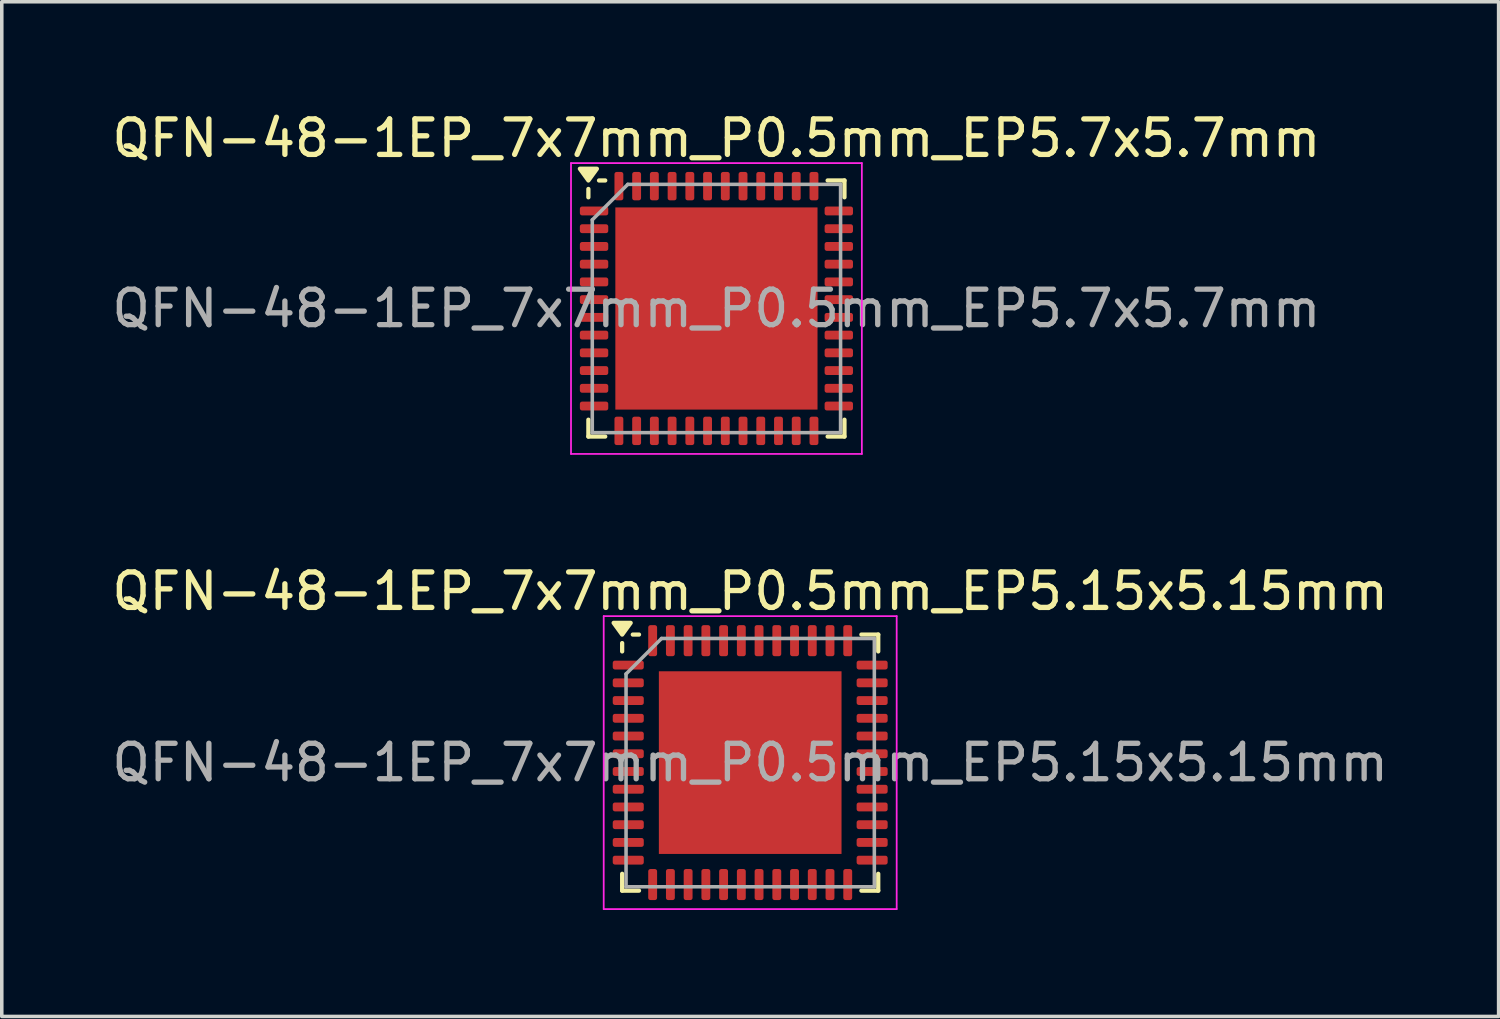
<source format=kicad_pcb>
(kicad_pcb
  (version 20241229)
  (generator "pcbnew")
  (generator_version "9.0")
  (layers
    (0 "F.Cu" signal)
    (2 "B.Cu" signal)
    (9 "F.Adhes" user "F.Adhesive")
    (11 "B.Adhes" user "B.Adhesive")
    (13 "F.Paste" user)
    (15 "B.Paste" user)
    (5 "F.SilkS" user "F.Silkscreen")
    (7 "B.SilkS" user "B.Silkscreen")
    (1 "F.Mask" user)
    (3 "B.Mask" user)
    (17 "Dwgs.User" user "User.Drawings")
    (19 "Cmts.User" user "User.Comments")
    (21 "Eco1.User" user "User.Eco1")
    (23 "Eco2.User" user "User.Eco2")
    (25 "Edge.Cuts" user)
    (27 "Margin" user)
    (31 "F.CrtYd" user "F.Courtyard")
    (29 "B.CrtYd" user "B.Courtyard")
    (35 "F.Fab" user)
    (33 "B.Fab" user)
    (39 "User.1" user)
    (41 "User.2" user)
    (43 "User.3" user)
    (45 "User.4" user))
  (footprint "QFN-48-1EP_7x7mm_P0.5mm_EP5.15x5.15mm"
    (layer "F.Cu")
    (at 18.101 18.451)
    (property "Reference" "QFN-48-1EP_7x7mm_P0.5mm_EP5.15x5.15mm" (at 0 -4.83 0) (layer "F.SilkS") (effects (font (size 1 1) (thickness 0.15))))
    (attr smd)
    (fp_line (start -3.61 -3.135) (end -3.61 -3.37) (stroke (width 0.12) (type solid)) (layer "F.SilkS"))
    (fp_line (start -3.61 3.61) (end -3.61 3.135) (stroke (width 0.12) (type solid)) (layer "F.SilkS"))
    (fp_line (start -3.135 -3.61) (end -3.31 -3.61) (stroke (width 0.12) (type solid)) (layer "F.SilkS"))
    (fp_line (start -3.135 3.61) (end -3.61 3.61) (stroke (width 0.12) (type solid)) (layer "F.SilkS"))
    (fp_line (start 3.135 -3.61) (end 3.61 -3.61) (stroke (width 0.12) (type solid)) (layer "F.SilkS"))
    (fp_line (start 3.135 3.61) (end 3.61 3.61) (stroke (width 0.12) (type solid)) (layer "F.SilkS"))
    (fp_line (start 3.61 -3.61) (end 3.61 -3.135) (stroke (width 0.12) (type solid)) (layer "F.SilkS"))
    (fp_line (start 3.61 3.61) (end 3.61 3.135) (stroke (width 0.12) (type solid)) (layer "F.SilkS"))
    (fp_poly (pts (xy -3.61 -3.61) (xy -3.85 -3.94) (xy -3.37 -3.94) (xy -3.61 -3.61)) (stroke (width 0.12) (type solid)) (fill yes) (layer "F.SilkS"))
    (fp_line (start -4.13 -4.13) (end -4.13 4.13) (stroke (width 0.05) (type solid)) (layer "F.CrtYd"))
    (fp_line (start -4.13 4.13) (end 4.13 4.13) (stroke (width 0.05) (type solid)) (layer "F.CrtYd"))
    (fp_line (start 4.13 -4.13) (end -4.13 -4.13) (stroke (width 0.05) (type solid)) (layer "F.CrtYd"))
    (fp_line (start 4.13 4.13) (end 4.13 -4.13) (stroke (width 0.05) (type solid)) (layer "F.CrtYd"))
    (fp_line (start -3.5 -2.5) (end -2.5 -3.5) (stroke (width 0.1) (type solid)) (layer "F.Fab"))
    (fp_line (start -3.5 3.5) (end -3.5 -2.5) (stroke (width 0.1) (type solid)) (layer "F.Fab"))
    (fp_line (start -2.5 -3.5) (end 3.5 -3.5) (stroke (width 0.1) (type solid)) (layer "F.Fab"))
    (fp_line (start 3.5 -3.5) (end 3.5 3.5) (stroke (width 0.1) (type solid)) (layer "F.Fab"))
    (fp_line (start 3.5 3.5) (end -3.5 3.5) (stroke (width 0.1) (type solid)) (layer "F.Fab"))
    (fp_text user "${REFERENCE}" (at 0 0 0) (layer "F.Fab") (effects (font (size 1 1) (thickness 0.15))))
    (pad "" smd roundrect (at -1.935 -1.935) (size 1.04 1.04) (layers "F.Paste") (roundrect_rratio 0.24))
    (pad "" smd roundrect (at -1.935 -0.645) (size 1.04 1.04) (layers "F.Paste") (roundrect_rratio 0.24))
    (pad "" smd roundrect (at -1.935 0.645) (size 1.04 1.04) (layers "F.Paste") (roundrect_rratio 0.24))
    (pad "" smd roundrect (at -1.935 1.935) (size 1.04 1.04) (layers "F.Paste") (roundrect_rratio 0.24))
    (pad "" smd roundrect (at -0.645 -1.935) (size 1.04 1.04) (layers "F.Paste") (roundrect_rratio 0.24))
    (pad "" smd roundrect (at -0.645 -0.645) (size 1.04 1.04) (layers "F.Paste") (roundrect_rratio 0.24))
    (pad "" smd roundrect (at -0.645 0.645) (size 1.04 1.04) (layers "F.Paste") (roundrect_rratio 0.24))
    (pad "" smd roundrect (at -0.645 1.935) (size 1.04 1.04) (layers "F.Paste") (roundrect_rratio 0.24))
    (pad "" smd roundrect (at 0.645 -1.935) (size 1.04 1.04) (layers "F.Paste") (roundrect_rratio 0.24))
    (pad "" smd roundrect (at 0.645 -0.645) (size 1.04 1.04) (layers "F.Paste") (roundrect_rratio 0.24))
    (pad "" smd roundrect (at 0.645 0.645) (size 1.04 1.04) (layers "F.Paste") (roundrect_rratio 0.24))
    (pad "" smd roundrect (at 0.645 1.935) (size 1.04 1.04) (layers "F.Paste") (roundrect_rratio 0.24))
    (pad "" smd roundrect (at 1.935 -1.935) (size 1.04 1.04) (layers "F.Paste") (roundrect_rratio 0.24))
    (pad "" smd roundrect (at 1.935 -0.645) (size 1.04 1.04) (layers "F.Paste") (roundrect_rratio 0.24))
    (pad "" smd roundrect (at 1.935 0.645) (size 1.04 1.04) (layers "F.Paste") (roundrect_rratio 0.24))
    (pad "" smd roundrect (at 1.935 1.935) (size 1.04 1.04) (layers "F.Paste") (roundrect_rratio 0.24))
    (pad "1" smd roundrect (at -3.438 -2.75) (size 0.875 0.25) (layers "F.Cu" "F.Mask" "F.Paste") (roundrect_rratio 0.25))
    (pad "2" smd roundrect (at -3.438 -2.25) (size 0.875 0.25) (layers "F.Cu" "F.Mask" "F.Paste") (roundrect_rratio 0.25))
    (pad "3" smd roundrect (at -3.438 -1.75) (size 0.875 0.25) (layers "F.Cu" "F.Mask" "F.Paste") (roundrect_rratio 0.25))
    (pad "4" smd roundrect (at -3.438 -1.25) (size 0.875 0.25) (layers "F.Cu" "F.Mask" "F.Paste") (roundrect_rratio 0.25))
    (pad "5" smd roundrect (at -3.438 -0.75) (size 0.875 0.25) (layers "F.Cu" "F.Mask" "F.Paste") (roundrect_rratio 0.25))
    (pad "6" smd roundrect (at -3.438 -0.25) (size 0.875 0.25) (layers "F.Cu" "F.Mask" "F.Paste") (roundrect_rratio 0.25))
    (pad "7" smd roundrect (at -3.438 0.25) (size 0.875 0.25) (layers "F.Cu" "F.Mask" "F.Paste") (roundrect_rratio 0.25))
    (pad "8" smd roundrect (at -3.438 0.75) (size 0.875 0.25) (layers "F.Cu" "F.Mask" "F.Paste") (roundrect_rratio 0.25))
    (pad "9" smd roundrect (at -3.438 1.25) (size 0.875 0.25) (layers "F.Cu" "F.Mask" "F.Paste") (roundrect_rratio 0.25))
    (pad "10" smd roundrect (at -3.438 1.75) (size 0.875 0.25) (layers "F.Cu" "F.Mask" "F.Paste") (roundrect_rratio 0.25))
    (pad "11" smd roundrect (at -3.438 2.25) (size 0.875 0.25) (layers "F.Cu" "F.Mask" "F.Paste") (roundrect_rratio 0.25))
    (pad "12" smd roundrect (at -3.438 2.75) (size 0.875 0.25) (layers "F.Cu" "F.Mask" "F.Paste") (roundrect_rratio 0.25))
    (pad "13" smd roundrect (at -2.75 3.438) (size 0.25 0.875) (layers "F.Cu" "F.Mask" "F.Paste") (roundrect_rratio 0.25))
    (pad "14" smd roundrect (at -2.25 3.438) (size 0.25 0.875) (layers "F.Cu" "F.Mask" "F.Paste") (roundrect_rratio 0.25))
    (pad "15" smd roundrect (at -1.75 3.438) (size 0.25 0.875) (layers "F.Cu" "F.Mask" "F.Paste") (roundrect_rratio 0.25))
    (pad "16" smd roundrect (at -1.25 3.438) (size 0.25 0.875) (layers "F.Cu" "F.Mask" "F.Paste") (roundrect_rratio 0.25))
    (pad "17" smd roundrect (at -0.75 3.438) (size 0.25 0.875) (layers "F.Cu" "F.Mask" "F.Paste") (roundrect_rratio 0.25))
    (pad "18" smd roundrect (at -0.25 3.438) (size 0.25 0.875) (layers "F.Cu" "F.Mask" "F.Paste") (roundrect_rratio 0.25))
    (pad "19" smd roundrect (at 0.25 3.438) (size 0.25 0.875) (layers "F.Cu" "F.Mask" "F.Paste") (roundrect_rratio 0.25))
    (pad "20" smd roundrect (at 0.75 3.438) (size 0.25 0.875) (layers "F.Cu" "F.Mask" "F.Paste") (roundrect_rratio 0.25))
    (pad "21" smd roundrect (at 1.25 3.438) (size 0.25 0.875) (layers "F.Cu" "F.Mask" "F.Paste") (roundrect_rratio 0.25))
    (pad "22" smd roundrect (at 1.75 3.438) (size 0.25 0.875) (layers "F.Cu" "F.Mask" "F.Paste") (roundrect_rratio 0.25))
    (pad "23" smd roundrect (at 2.25 3.438) (size 0.25 0.875) (layers "F.Cu" "F.Mask" "F.Paste") (roundrect_rratio 0.25))
    (pad "24" smd roundrect (at 2.75 3.438) (size 0.25 0.875) (layers "F.Cu" "F.Mask" "F.Paste") (roundrect_rratio 0.25))
    (pad "25" smd roundrect (at 3.438 2.75) (size 0.875 0.25) (layers "F.Cu" "F.Mask" "F.Paste") (roundrect_rratio 0.25))
    (pad "26" smd roundrect (at 3.438 2.25) (size 0.875 0.25) (layers "F.Cu" "F.Mask" "F.Paste") (roundrect_rratio 0.25))
    (pad "27" smd roundrect (at 3.438 1.75) (size 0.875 0.25) (layers "F.Cu" "F.Mask" "F.Paste") (roundrect_rratio 0.25))
    (pad "28" smd roundrect (at 3.438 1.25) (size 0.875 0.25) (layers "F.Cu" "F.Mask" "F.Paste") (roundrect_rratio 0.25))
    (pad "29" smd roundrect (at 3.438 0.75) (size 0.875 0.25) (layers "F.Cu" "F.Mask" "F.Paste") (roundrect_rratio 0.25))
    (pad "30" smd roundrect (at 3.438 0.25) (size 0.875 0.25) (layers "F.Cu" "F.Mask" "F.Paste") (roundrect_rratio 0.25))
    (pad "31" smd roundrect (at 3.438 -0.25) (size 0.875 0.25) (layers "F.Cu" "F.Mask" "F.Paste") (roundrect_rratio 0.25))
    (pad "32" smd roundrect (at 3.438 -0.75) (size 0.875 0.25) (layers "F.Cu" "F.Mask" "F.Paste") (roundrect_rratio 0.25))
    (pad "33" smd roundrect (at 3.438 -1.25) (size 0.875 0.25) (layers "F.Cu" "F.Mask" "F.Paste") (roundrect_rratio 0.25))
    (pad "34" smd roundrect (at 3.438 -1.75) (size 0.875 0.25) (layers "F.Cu" "F.Mask" "F.Paste") (roundrect_rratio 0.25))
    (pad "35" smd roundrect (at 3.438 -2.25) (size 0.875 0.25) (layers "F.Cu" "F.Mask" "F.Paste") (roundrect_rratio 0.25))
    (pad "36" smd roundrect (at 3.438 -2.75) (size 0.875 0.25) (layers "F.Cu" "F.Mask" "F.Paste") (roundrect_rratio 0.25))
    (pad "37" smd roundrect (at 2.75 -3.438) (size 0.25 0.875) (layers "F.Cu" "F.Mask" "F.Paste") (roundrect_rratio 0.25))
    (pad "38" smd roundrect (at 2.25 -3.438) (size 0.25 0.875) (layers "F.Cu" "F.Mask" "F.Paste") (roundrect_rratio 0.25))
    (pad "39" smd roundrect (at 1.75 -3.438) (size 0.25 0.875) (layers "F.Cu" "F.Mask" "F.Paste") (roundrect_rratio 0.25))
    (pad "40" smd roundrect (at 1.25 -3.438) (size 0.25 0.875) (layers "F.Cu" "F.Mask" "F.Paste") (roundrect_rratio 0.25))
    (pad "41" smd roundrect (at 0.75 -3.438) (size 0.25 0.875) (layers "F.Cu" "F.Mask" "F.Paste") (roundrect_rratio 0.25))
    (pad "42" smd roundrect (at 0.25 -3.438) (size 0.25 0.875) (layers "F.Cu" "F.Mask" "F.Paste") (roundrect_rratio 0.25))
    (pad "43" smd roundrect (at -0.25 -3.438) (size 0.25 0.875) (layers "F.Cu" "F.Mask" "F.Paste") (roundrect_rratio 0.25))
    (pad "44" smd roundrect (at -0.75 -3.438) (size 0.25 0.875) (layers "F.Cu" "F.Mask" "F.Paste") (roundrect_rratio 0.25))
    (pad "45" smd roundrect (at -1.25 -3.438) (size 0.25 0.875) (layers "F.Cu" "F.Mask" "F.Paste") (roundrect_rratio 0.25))
    (pad "46" smd roundrect (at -1.75 -3.438) (size 0.25 0.875) (layers "F.Cu" "F.Mask" "F.Paste") (roundrect_rratio 0.25))
    (pad "47" smd roundrect (at -2.25 -3.438) (size 0.25 0.875) (layers "F.Cu" "F.Mask" "F.Paste") (roundrect_rratio 0.25))
    (pad "48" smd roundrect (at -2.75 -3.438) (size 0.25 0.875) (layers "F.Cu" "F.Mask" "F.Paste") (roundrect_rratio 0.25))
    (pad "49" smd rect (at 0 0) (size 5.15 5.15) (property pad_prop_heatsink) (layers "F.Cu" "F.Mask")))
  (footprint "QFN-48-1EP_7x7mm_P0.5mm_EP5.7x5.7mm"
    (layer "F.Cu")
    (at 17.149 5.648)
    (property "Reference" "QFN-48-1EP_7x7mm_P0.5mm_EP5.7x5.7mm" (at 0 -4.8 0) (layer "F.SilkS") (effects (font (size 1 1) (thickness 0.15))))
    (attr smd)
    (fp_line (start -3.61 -3.135) (end -3.61 -3.37) (stroke (width 0.12) (type solid)) (layer "F.SilkS"))
    (fp_line (start -3.61 3.61) (end -3.61 3.135) (stroke (width 0.12) (type solid)) (layer "F.SilkS"))
    (fp_line (start -3.135 -3.61) (end -3.31 -3.61) (stroke (width 0.12) (type solid)) (layer "F.SilkS"))
    (fp_line (start -3.135 3.61) (end -3.61 3.61) (stroke (width 0.12) (type solid)) (layer "F.SilkS"))
    (fp_line (start 3.135 -3.61) (end 3.61 -3.61) (stroke (width 0.12) (type solid)) (layer "F.SilkS"))
    (fp_line (start 3.135 3.61) (end 3.61 3.61) (stroke (width 0.12) (type solid)) (layer "F.SilkS"))
    (fp_line (start 3.61 -3.61) (end 3.61 -3.135) (stroke (width 0.12) (type solid)) (layer "F.SilkS"))
    (fp_line (start 3.61 3.61) (end 3.61 3.135) (stroke (width 0.12) (type solid)) (layer "F.SilkS"))
    (fp_poly (pts (xy -3.61 -3.61) (xy -3.85 -3.94) (xy -3.37 -3.94) (xy -3.61 -3.61)) (stroke (width 0.12) (type solid)) (fill yes) (layer "F.SilkS"))
    (fp_line (start -4.1 -4.1) (end -4.1 4.1) (stroke (width 0.05) (type solid)) (layer "F.CrtYd"))
    (fp_line (start -4.1 4.1) (end 4.1 4.1) (stroke (width 0.05) (type solid)) (layer "F.CrtYd"))
    (fp_line (start 4.1 -4.1) (end -4.1 -4.1) (stroke (width 0.05) (type solid)) (layer "F.CrtYd"))
    (fp_line (start 4.1 4.1) (end 4.1 -4.1) (stroke (width 0.05) (type solid)) (layer "F.CrtYd"))
    (fp_line (start -3.5 -2.5) (end -2.5 -3.5) (stroke (width 0.1) (type solid)) (layer "F.Fab"))
    (fp_line (start -3.5 3.5) (end -3.5 -2.5) (stroke (width 0.1) (type solid)) (layer "F.Fab"))
    (fp_line (start -2.5 -3.5) (end 3.5 -3.5) (stroke (width 0.1) (type solid)) (layer "F.Fab"))
    (fp_line (start 3.5 -3.5) (end 3.5 3.5) (stroke (width 0.1) (type solid)) (layer "F.Fab"))
    (fp_line (start 3.5 3.5) (end -3.5 3.5) (stroke (width 0.1) (type solid)) (layer "F.Fab"))
    (fp_text user "${REFERENCE}" (at 0 0 0) (layer "F.Fab") (effects (font (size 1 1) (thickness 0.15))))
    (pad "" smd roundrect (at -2.13 -2.13) (size 1.15 1.15) (layers "F.Paste") (roundrect_rratio 0.217))
    (pad "" smd roundrect (at -2.13 -0.71) (size 1.15 1.15) (layers "F.Paste") (roundrect_rratio 0.217))
    (pad "" smd roundrect (at -2.13 0.71) (size 1.15 1.15) (layers "F.Paste") (roundrect_rratio 0.217))
    (pad "" smd roundrect (at -2.13 2.13) (size 1.15 1.15) (layers "F.Paste") (roundrect_rratio 0.217))
    (pad "" smd roundrect (at -0.71 -2.13) (size 1.15 1.15) (layers "F.Paste") (roundrect_rratio 0.217))
    (pad "" smd roundrect (at -0.71 -0.71) (size 1.15 1.15) (layers "F.Paste") (roundrect_rratio 0.217))
    (pad "" smd roundrect (at -0.71 0.71) (size 1.15 1.15) (layers "F.Paste") (roundrect_rratio 0.217))
    (pad "" smd roundrect (at -0.71 2.13) (size 1.15 1.15) (layers "F.Paste") (roundrect_rratio 0.217))
    (pad "" smd roundrect (at 0.71 -2.13) (size 1.15 1.15) (layers "F.Paste") (roundrect_rratio 0.217))
    (pad "" smd roundrect (at 0.71 -0.71) (size 1.15 1.15) (layers "F.Paste") (roundrect_rratio 0.217))
    (pad "" smd roundrect (at 0.71 0.71) (size 1.15 1.15) (layers "F.Paste") (roundrect_rratio 0.217))
    (pad "" smd roundrect (at 0.71 2.13) (size 1.15 1.15) (layers "F.Paste") (roundrect_rratio 0.217))
    (pad "" smd roundrect (at 2.13 -2.13) (size 1.15 1.15) (layers "F.Paste") (roundrect_rratio 0.217))
    (pad "" smd roundrect (at 2.13 -0.71) (size 1.15 1.15) (layers "F.Paste") (roundrect_rratio 0.217))
    (pad "" smd roundrect (at 2.13 0.71) (size 1.15 1.15) (layers "F.Paste") (roundrect_rratio 0.217))
    (pad "" smd roundrect (at 2.13 2.13) (size 1.15 1.15) (layers "F.Paste") (roundrect_rratio 0.217))
    (pad "1" smd roundrect (at -3.45 -2.75) (size 0.8 0.25) (layers "F.Cu" "F.Mask" "F.Paste") (roundrect_rratio 0.25))
    (pad "2" smd roundrect (at -3.45 -2.25) (size 0.8 0.25) (layers "F.Cu" "F.Mask" "F.Paste") (roundrect_rratio 0.25))
    (pad "3" smd roundrect (at -3.45 -1.75) (size 0.8 0.25) (layers "F.Cu" "F.Mask" "F.Paste") (roundrect_rratio 0.25))
    (pad "4" smd roundrect (at -3.45 -1.25) (size 0.8 0.25) (layers "F.Cu" "F.Mask" "F.Paste") (roundrect_rratio 0.25))
    (pad "5" smd roundrect (at -3.45 -0.75) (size 0.8 0.25) (layers "F.Cu" "F.Mask" "F.Paste") (roundrect_rratio 0.25))
    (pad "6" smd roundrect (at -3.45 -0.25) (size 0.8 0.25) (layers "F.Cu" "F.Mask" "F.Paste") (roundrect_rratio 0.25))
    (pad "7" smd roundrect (at -3.45 0.25) (size 0.8 0.25) (layers "F.Cu" "F.Mask" "F.Paste") (roundrect_rratio 0.25))
    (pad "8" smd roundrect (at -3.45 0.75) (size 0.8 0.25) (layers "F.Cu" "F.Mask" "F.Paste") (roundrect_rratio 0.25))
    (pad "9" smd roundrect (at -3.45 1.25) (size 0.8 0.25) (layers "F.Cu" "F.Mask" "F.Paste") (roundrect_rratio 0.25))
    (pad "10" smd roundrect (at -3.45 1.75) (size 0.8 0.25) (layers "F.Cu" "F.Mask" "F.Paste") (roundrect_rratio 0.25))
    (pad "11" smd roundrect (at -3.45 2.25) (size 0.8 0.25) (layers "F.Cu" "F.Mask" "F.Paste") (roundrect_rratio 0.25))
    (pad "12" smd roundrect (at -3.45 2.75) (size 0.8 0.25) (layers "F.Cu" "F.Mask" "F.Paste") (roundrect_rratio 0.25))
    (pad "13" smd roundrect (at -2.75 3.45) (size 0.25 0.8) (layers "F.Cu" "F.Mask" "F.Paste") (roundrect_rratio 0.25))
    (pad "14" smd roundrect (at -2.25 3.45) (size 0.25 0.8) (layers "F.Cu" "F.Mask" "F.Paste") (roundrect_rratio 0.25))
    (pad "15" smd roundrect (at -1.75 3.45) (size 0.25 0.8) (layers "F.Cu" "F.Mask" "F.Paste") (roundrect_rratio 0.25))
    (pad "16" smd roundrect (at -1.25 3.45) (size 0.25 0.8) (layers "F.Cu" "F.Mask" "F.Paste") (roundrect_rratio 0.25))
    (pad "17" smd roundrect (at -0.75 3.45) (size 0.25 0.8) (layers "F.Cu" "F.Mask" "F.Paste") (roundrect_rratio 0.25))
    (pad "18" smd roundrect (at -0.25 3.45) (size 0.25 0.8) (layers "F.Cu" "F.Mask" "F.Paste") (roundrect_rratio 0.25))
    (pad "19" smd roundrect (at 0.25 3.45) (size 0.25 0.8) (layers "F.Cu" "F.Mask" "F.Paste") (roundrect_rratio 0.25))
    (pad "20" smd roundrect (at 0.75 3.45) (size 0.25 0.8) (layers "F.Cu" "F.Mask" "F.Paste") (roundrect_rratio 0.25))
    (pad "21" smd roundrect (at 1.25 3.45) (size 0.25 0.8) (layers "F.Cu" "F.Mask" "F.Paste") (roundrect_rratio 0.25))
    (pad "22" smd roundrect (at 1.75 3.45) (size 0.25 0.8) (layers "F.Cu" "F.Mask" "F.Paste") (roundrect_rratio 0.25))
    (pad "23" smd roundrect (at 2.25 3.45) (size 0.25 0.8) (layers "F.Cu" "F.Mask" "F.Paste") (roundrect_rratio 0.25))
    (pad "24" smd roundrect (at 2.75 3.45) (size 0.25 0.8) (layers "F.Cu" "F.Mask" "F.Paste") (roundrect_rratio 0.25))
    (pad "25" smd roundrect (at 3.45 2.75) (size 0.8 0.25) (layers "F.Cu" "F.Mask" "F.Paste") (roundrect_rratio 0.25))
    (pad "26" smd roundrect (at 3.45 2.25) (size 0.8 0.25) (layers "F.Cu" "F.Mask" "F.Paste") (roundrect_rratio 0.25))
    (pad "27" smd roundrect (at 3.45 1.75) (size 0.8 0.25) (layers "F.Cu" "F.Mask" "F.Paste") (roundrect_rratio 0.25))
    (pad "28" smd roundrect (at 3.45 1.25) (size 0.8 0.25) (layers "F.Cu" "F.Mask" "F.Paste") (roundrect_rratio 0.25))
    (pad "29" smd roundrect (at 3.45 0.75) (size 0.8 0.25) (layers "F.Cu" "F.Mask" "F.Paste") (roundrect_rratio 0.25))
    (pad "30" smd roundrect (at 3.45 0.25) (size 0.8 0.25) (layers "F.Cu" "F.Mask" "F.Paste") (roundrect_rratio 0.25))
    (pad "31" smd roundrect (at 3.45 -0.25) (size 0.8 0.25) (layers "F.Cu" "F.Mask" "F.Paste") (roundrect_rratio 0.25))
    (pad "32" smd roundrect (at 3.45 -0.75) (size 0.8 0.25) (layers "F.Cu" "F.Mask" "F.Paste") (roundrect_rratio 0.25))
    (pad "33" smd roundrect (at 3.45 -1.25) (size 0.8 0.25) (layers "F.Cu" "F.Mask" "F.Paste") (roundrect_rratio 0.25))
    (pad "34" smd roundrect (at 3.45 -1.75) (size 0.8 0.25) (layers "F.Cu" "F.Mask" "F.Paste") (roundrect_rratio 0.25))
    (pad "35" smd roundrect (at 3.45 -2.25) (size 0.8 0.25) (layers "F.Cu" "F.Mask" "F.Paste") (roundrect_rratio 0.25))
    (pad "36" smd roundrect (at 3.45 -2.75) (size 0.8 0.25) (layers "F.Cu" "F.Mask" "F.Paste") (roundrect_rratio 0.25))
    (pad "37" smd roundrect (at 2.75 -3.45) (size 0.25 0.8) (layers "F.Cu" "F.Mask" "F.Paste") (roundrect_rratio 0.25))
    (pad "38" smd roundrect (at 2.25 -3.45) (size 0.25 0.8) (layers "F.Cu" "F.Mask" "F.Paste") (roundrect_rratio 0.25))
    (pad "39" smd roundrect (at 1.75 -3.45) (size 0.25 0.8) (layers "F.Cu" "F.Mask" "F.Paste") (roundrect_rratio 0.25))
    (pad "40" smd roundrect (at 1.25 -3.45) (size 0.25 0.8) (layers "F.Cu" "F.Mask" "F.Paste") (roundrect_rratio 0.25))
    (pad "41" smd roundrect (at 0.75 -3.45) (size 0.25 0.8) (layers "F.Cu" "F.Mask" "F.Paste") (roundrect_rratio 0.25))
    (pad "42" smd roundrect (at 0.25 -3.45) (size 0.25 0.8) (layers "F.Cu" "F.Mask" "F.Paste") (roundrect_rratio 0.25))
    (pad "43" smd roundrect (at -0.25 -3.45) (size 0.25 0.8) (layers "F.Cu" "F.Mask" "F.Paste") (roundrect_rratio 0.25))
    (pad "44" smd roundrect (at -0.75 -3.45) (size 0.25 0.8) (layers "F.Cu" "F.Mask" "F.Paste") (roundrect_rratio 0.25))
    (pad "45" smd roundrect (at -1.25 -3.45) (size 0.25 0.8) (layers "F.Cu" "F.Mask" "F.Paste") (roundrect_rratio 0.25))
    (pad "46" smd roundrect (at -1.75 -3.45) (size 0.25 0.8) (layers "F.Cu" "F.Mask" "F.Paste") (roundrect_rratio 0.25))
    (pad "47" smd roundrect (at -2.25 -3.45) (size 0.25 0.8) (layers "F.Cu" "F.Mask" "F.Paste") (roundrect_rratio 0.25))
    (pad "48" smd roundrect (at -2.75 -3.45) (size 0.25 0.8) (layers "F.Cu" "F.Mask" "F.Paste") (roundrect_rratio 0.25))
    (pad "49" smd rect (at 0 0) (size 5.7 5.7) (property pad_prop_heatsink) (layers "F.Cu" "F.Mask")))
  (gr_rect
    (start -3 -3)
    (end 39.202 25.607)
    (stroke (width 0.1) (type default))
    (fill no)
    (layer "Edge.Cuts")))
</source>
